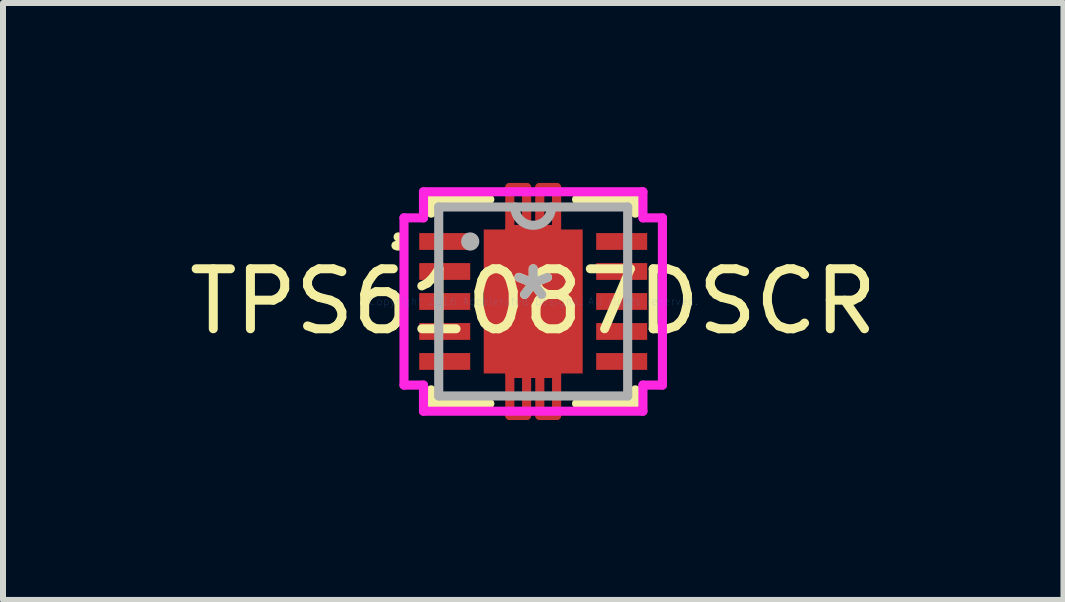
<source format=kicad_pcb>
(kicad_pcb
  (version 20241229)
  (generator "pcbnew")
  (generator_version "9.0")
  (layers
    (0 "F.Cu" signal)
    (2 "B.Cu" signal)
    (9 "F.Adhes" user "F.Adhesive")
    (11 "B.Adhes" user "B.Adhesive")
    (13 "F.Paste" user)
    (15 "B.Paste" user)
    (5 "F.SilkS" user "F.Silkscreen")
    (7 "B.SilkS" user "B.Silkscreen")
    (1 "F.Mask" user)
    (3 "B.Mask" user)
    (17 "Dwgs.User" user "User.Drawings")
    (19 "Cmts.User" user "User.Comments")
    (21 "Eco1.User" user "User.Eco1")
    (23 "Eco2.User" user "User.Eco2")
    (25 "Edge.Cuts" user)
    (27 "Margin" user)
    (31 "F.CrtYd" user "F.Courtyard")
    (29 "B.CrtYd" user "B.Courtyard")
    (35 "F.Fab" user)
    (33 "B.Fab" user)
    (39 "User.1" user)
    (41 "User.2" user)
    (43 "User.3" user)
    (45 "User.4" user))
  (footprint "TPS61087DSCR"
    (layer "F.Cu")
    (at 5.839 1.976)
    (property "Reference" "TPS61087DSCR" (at 0 0 0) (layer "F.SilkS") (effects (font (size 1 1) (thickness 0.15))))
    (attr through_hole)
    (fp_line (start -0.39 -1.9) (end -0.39 -1.2) (stroke (width 0.152) (type solid)) (layer "F.Cu"))
    (fp_line (start -0.39 -1.2) (end -0.11 -1.2) (stroke (width 0.152) (type solid)) (layer "F.Cu"))
    (fp_line (start -0.39 1.2) (end -0.11 1.2) (stroke (width 0.152) (type solid)) (layer "F.Cu"))
    (fp_line (start -0.39 1.9) (end -0.39 1.2) (stroke (width 0.152) (type solid)) (layer "F.Cu"))
    (fp_line (start -0.11 -1.9) (end -0.39 -1.9) (stroke (width 0.152) (type solid)) (layer "F.Cu"))
    (fp_line (start -0.11 -1.2) (end -0.11 -1.9) (stroke (width 0.152) (type solid)) (layer "F.Cu"))
    (fp_line (start -0.11 1.2) (end -0.11 1.9) (stroke (width 0.152) (type solid)) (layer "F.Cu"))
    (fp_line (start -0.11 1.9) (end -0.39 1.9) (stroke (width 0.152) (type solid)) (layer "F.Cu"))
    (fp_line (start 0 -1.2) (end 0 -1.2) (stroke (width 0.152) (type solid)) (layer "F.Cu"))
    (fp_line (start 0 -1.2) (end 0 -1.2) (stroke (width 0.152) (type solid)) (layer "F.Cu"))
    (fp_line (start 0 -1.2) (end 0 -1.2) (stroke (width 0.152) (type solid)) (layer "F.Cu"))
    (fp_line (start 0 -1.2) (end 0 -1.2) (stroke (width 0.152) (type solid)) (layer "F.Cu"))
    (fp_line (start 0 -1.2) (end 0 -1.2) (stroke (width 0.152) (type solid)) (layer "F.Cu"))
    (fp_line (start 0 -1.2) (end 0 -1.2) (stroke (width 0.152) (type solid)) (layer "F.Cu"))
    (fp_line (start 0 -1.2) (end 0 -1.2) (stroke (width 0.152) (type solid)) (layer "F.Cu"))
    (fp_line (start 0 -1.2) (end 0 -1.2) (stroke (width 0.152) (type solid)) (layer "F.Cu"))
    (fp_line (start 0 1.2) (end 0 1.2) (stroke (width 0.152) (type solid)) (layer "F.Cu"))
    (fp_line (start 0 1.2) (end 0 1.2) (stroke (width 0.152) (type solid)) (layer "F.Cu"))
    (fp_line (start 0 1.2) (end 0 1.2) (stroke (width 0.152) (type solid)) (layer "F.Cu"))
    (fp_line (start 0 1.2) (end 0 1.2) (stroke (width 0.152) (type solid)) (layer "F.Cu"))
    (fp_line (start 0 1.2) (end 0 1.2) (stroke (width 0.152) (type solid)) (layer "F.Cu"))
    (fp_line (start 0 1.2) (end 0 1.2) (stroke (width 0.152) (type solid)) (layer "F.Cu"))
    (fp_line (start 0 1.2) (end 0 1.2) (stroke (width 0.152) (type solid)) (layer "F.Cu"))
    (fp_line (start 0 1.2) (end 0 1.2) (stroke (width 0.152) (type solid)) (layer "F.Cu"))
    (fp_line (start 0.11 -1.9) (end 0.39 -1.9) (stroke (width 0.152) (type solid)) (layer "F.Cu"))
    (fp_line (start 0.11 -1.2) (end 0.11 -1.9) (stroke (width 0.152) (type solid)) (layer "F.Cu"))
    (fp_line (start 0.11 1.2) (end 0.11 1.9) (stroke (width 0.152) (type solid)) (layer "F.Cu"))
    (fp_line (start 0.11 1.9) (end 0.39 1.9) (stroke (width 0.152) (type solid)) (layer "F.Cu"))
    (fp_line (start 0.39 -1.9) (end 0.39 -1.2) (stroke (width 0.152) (type solid)) (layer "F.Cu"))
    (fp_line (start 0.39 -1.2) (end 0.11 -1.2) (stroke (width 0.152) (type solid)) (layer "F.Cu"))
    (fp_line (start 0.39 1.2) (end 0.11 1.2) (stroke (width 0.152) (type solid)) (layer "F.Cu"))
    (fp_line (start 0.39 1.9) (end 0.39 1.2) (stroke (width 0.152) (type solid)) (layer "F.Cu"))
    (fp_line (start -0.888 -1.264) (end -0.594 -1.264) (stroke (width 0.152) (type solid)) (layer "F.Mask"))
    (fp_line (start -0.888 -1.264) (end 0.888 -1.264) (stroke (width 0.152) (type solid)) (layer "F.Mask"))
    (fp_line (start -0.888 -0.987) (end -0.888 -1.264) (stroke (width 0.152) (type solid)) (layer "F.Mask"))
    (fp_line (start -0.888 -0.587) (end 0.888 -0.587) (stroke (width 0.152) (type solid)) (layer "F.Mask"))
    (fp_line (start -0.888 -0.2) (end -0.888 -0.587) (stroke (width 0.152) (type solid)) (layer "F.Mask"))
    (fp_line (start -0.888 0.2) (end 0.888 0.2) (stroke (width 0.152) (type solid)) (layer "F.Mask"))
    (fp_line (start -0.888 0.587) (end -0.888 0.2) (stroke (width 0.152) (type solid)) (layer "F.Mask"))
    (fp_line (start -0.888 0.987) (end 0.888 0.987) (stroke (width 0.152) (type solid)) (layer "F.Mask"))
    (fp_line (start -0.888 1.264) (end -0.888 -1.264) (stroke (width 0.152) (type solid)) (layer "F.Mask"))
    (fp_line (start -0.888 1.264) (end -0.888 0.987) (stroke (width 0.152) (type solid)) (layer "F.Mask"))
    (fp_line (start -0.594 -1.264) (end -0.594 1.264) (stroke (width 0.152) (type solid)) (layer "F.Mask"))
    (fp_line (start -0.594 1.264) (end -0.888 1.264) (stroke (width 0.152) (type solid)) (layer "F.Mask"))
    (fp_line (start -0.39 -1.9) (end -0.39 -1.2) (stroke (width 0.152) (type solid)) (layer "F.Mask"))
    (fp_line (start -0.39 -1.2) (end -0.11 -1.2) (stroke (width 0.152) (type solid)) (layer "F.Mask"))
    (fp_line (start -0.39 1.2) (end -0.11 1.2) (stroke (width 0.152) (type solid)) (layer "F.Mask"))
    (fp_line (start -0.39 1.9) (end -0.39 1.2) (stroke (width 0.152) (type solid)) (layer "F.Mask"))
    (fp_line (start -0.194 -1.264) (end -0.194 1.264) (stroke (width 0.152) (type solid)) (layer "F.Mask"))
    (fp_line (start -0.194 1.264) (end 0.194 1.264) (stroke (width 0.152) (type solid)) (layer "F.Mask"))
    (fp_line (start -0.11 -1.9) (end -0.39 -1.9) (stroke (width 0.152) (type solid)) (layer "F.Mask"))
    (fp_line (start -0.11 -1.2) (end -0.11 -1.9) (stroke (width 0.152) (type solid)) (layer "F.Mask"))
    (fp_line (start -0.11 1.2) (end -0.11 1.9) (stroke (width 0.152) (type solid)) (layer "F.Mask"))
    (fp_line (start -0.11 1.9) (end -0.39 1.9) (stroke (width 0.152) (type solid)) (layer "F.Mask"))
    (fp_line (start 0 -1.2) (end 0 -1.2) (stroke (width 0.152) (type solid)) (layer "F.Mask"))
    (fp_line (start 0 -1.2) (end 0 -1.2) (stroke (width 0.152) (type solid)) (layer "F.Mask"))
    (fp_line (start 0 -1.2) (end 0 -1.2) (stroke (width 0.152) (type solid)) (layer "F.Mask"))
    (fp_line (start 0 -1.2) (end 0 -1.2) (stroke (width 0.152) (type solid)) (layer "F.Mask"))
    (fp_line (start 0 -1.2) (end 0 -1.2) (stroke (width 0.152) (type solid)) (layer "F.Mask"))
    (fp_line (start 0 -1.2) (end 0 -1.2) (stroke (width 0.152) (type solid)) (layer "F.Mask"))
    (fp_line (start 0 -1.2) (end 0 -1.2) (stroke (width 0.152) (type solid)) (layer "F.Mask"))
    (fp_line (start 0 -1.2) (end 0 -1.2) (stroke (width 0.152) (type solid)) (layer "F.Mask"))
    (fp_line (start 0 1.2) (end 0 1.2) (stroke (width 0.152) (type solid)) (layer "F.Mask"))
    (fp_line (start 0 1.2) (end 0 1.2) (stroke (width 0.152) (type solid)) (layer "F.Mask"))
    (fp_line (start 0 1.2) (end 0 1.2) (stroke (width 0.152) (type solid)) (layer "F.Mask"))
    (fp_line (start 0 1.2) (end 0 1.2) (stroke (width 0.152) (type solid)) (layer "F.Mask"))
    (fp_line (start 0 1.2) (end 0 1.2) (stroke (width 0.152) (type solid)) (layer "F.Mask"))
    (fp_line (start 0 1.2) (end 0 1.2) (stroke (width 0.152) (type solid)) (layer "F.Mask"))
    (fp_line (start 0 1.2) (end 0 1.2) (stroke (width 0.152) (type solid)) (layer "F.Mask"))
    (fp_line (start 0 1.2) (end 0 1.2) (stroke (width 0.152) (type solid)) (layer "F.Mask"))
    (fp_line (start 0.11 -1.9) (end 0.39 -1.9) (stroke (width 0.152) (type solid)) (layer "F.Mask"))
    (fp_line (start 0.11 -1.2) (end 0.11 -1.9) (stroke (width 0.152) (type solid)) (layer "F.Mask"))
    (fp_line (start 0.11 1.2) (end 0.11 1.9) (stroke (width 0.152) (type solid)) (layer "F.Mask"))
    (fp_line (start 0.11 1.9) (end 0.39 1.9) (stroke (width 0.152) (type solid)) (layer "F.Mask"))
    (fp_line (start 0.194 -1.264) (end -0.194 -1.264) (stroke (width 0.152) (type solid)) (layer "F.Mask"))
    (fp_line (start 0.194 1.264) (end 0.194 -1.264) (stroke (width 0.152) (type solid)) (layer "F.Mask"))
    (fp_line (start 0.39 -1.9) (end 0.39 -1.2) (stroke (width 0.152) (type solid)) (layer "F.Mask"))
    (fp_line (start 0.39 -1.2) (end 0.11 -1.2) (stroke (width 0.152) (type solid)) (layer "F.Mask"))
    (fp_line (start 0.39 1.2) (end 0.11 1.2) (stroke (width 0.152) (type solid)) (layer "F.Mask"))
    (fp_line (start 0.39 1.9) (end 0.39 1.2) (stroke (width 0.152) (type solid)) (layer "F.Mask"))
    (fp_line (start 0.594 -1.264) (end 0.888 -1.264) (stroke (width 0.152) (type solid)) (layer "F.Mask"))
    (fp_line (start 0.594 1.264) (end 0.594 -1.264) (stroke (width 0.152) (type solid)) (layer "F.Mask"))
    (fp_line (start 0.888 -1.264) (end 0.888 -0.987) (stroke (width 0.152) (type solid)) (layer "F.Mask"))
    (fp_line (start 0.888 -1.264) (end 0.888 1.264) (stroke (width 0.152) (type solid)) (layer "F.Mask"))
    (fp_line (start 0.888 -0.987) (end -0.888 -0.987) (stroke (width 0.152) (type solid)) (layer "F.Mask"))
    (fp_line (start 0.888 -0.587) (end 0.888 -0.2) (stroke (width 0.152) (type solid)) (layer "F.Mask"))
    (fp_line (start 0.888 -0.2) (end -0.888 -0.2) (stroke (width 0.152) (type solid)) (layer "F.Mask"))
    (fp_line (start 0.888 0.2) (end 0.888 0.587) (stroke (width 0.152) (type solid)) (layer "F.Mask"))
    (fp_line (start 0.888 0.587) (end -0.888 0.587) (stroke (width 0.152) (type solid)) (layer "F.Mask"))
    (fp_line (start 0.888 0.987) (end 0.888 1.264) (stroke (width 0.152) (type solid)) (layer "F.Mask"))
    (fp_line (start 0.888 1.264) (end -0.888 1.264) (stroke (width 0.152) (type solid)) (layer "F.Mask"))
    (fp_line (start 0.888 1.264) (end 0.594 1.264) (stroke (width 0.152) (type solid)) (layer "F.Mask"))
    (fp_line (start -1.702 -1.702) (end -1.702 -1.473) (stroke (width 0.152) (type solid)) (layer "F.SilkS"))
    (fp_line (start -1.702 1.473) (end -1.702 1.702) (stroke (width 0.152) (type solid)) (layer "F.SilkS"))
    (fp_line (start -1.702 1.702) (end -0.723 1.702) (stroke (width 0.152) (type solid)) (layer "F.SilkS"))
    (fp_line (start -0.723 -1.702) (end -1.702 -1.702) (stroke (width 0.152) (type solid)) (layer "F.SilkS"))
    (fp_line (start 0.723 1.702) (end 1.702 1.702) (stroke (width 0.152) (type solid)) (layer "F.SilkS"))
    (fp_line (start 1.702 -1.702) (end 0.723 -1.702) (stroke (width 0.152) (type solid)) (layer "F.SilkS"))
    (fp_line (start 1.702 -1.473) (end 1.702 -1.702) (stroke (width 0.152) (type solid)) (layer "F.SilkS"))
    (fp_line (start 1.702 1.702) (end 1.702 1.473) (stroke (width 0.152) (type solid)) (layer "F.SilkS"))
    (fp_arc (start -2.2516 -1.0762) (mid -2.177771 -0.981141) (end -2.288144 -0.933135) (stroke (width 0.1524) (type solid)) (layer "F.SilkS"))
    (fp_line (start -0.75 -1.125) (end -0.75 -0.887) (stroke (width 0.152) (type solid)) (layer "F.Paste"))
    (fp_line (start -0.75 -0.887) (end -0.635 -0.887) (stroke (width 0.152) (type solid)) (layer "F.Paste"))
    (fp_line (start -0.75 -0.687) (end -0.75 -0.1) (stroke (width 0.152) (type solid)) (layer "F.Paste"))
    (fp_line (start -0.75 -0.1) (end -0.635 -0.1) (stroke (width 0.152) (type solid)) (layer "F.Paste"))
    (fp_line (start -0.75 0.1) (end -0.75 0.687) (stroke (width 0.152) (type solid)) (layer "F.Paste"))
    (fp_line (start -0.75 0.687) (end -0.635 0.687) (stroke (width 0.152) (type solid)) (layer "F.Paste"))
    (fp_line (start -0.75 0.887) (end -0.75 1.125) (stroke (width 0.152) (type solid)) (layer "F.Paste"))
    (fp_line (start -0.75 1.125) (end -0.494 1.125) (stroke (width 0.152) (type solid)) (layer "F.Paste"))
    (fp_line (start -0.635 -0.887) (end -0.635 -0.887) (stroke (width 0.152) (type solid)) (layer "F.Paste"))
    (fp_line (start -0.635 -0.887) (end -0.494 -1.029) (stroke (width 0.152) (type solid)) (layer "F.Paste"))
    (fp_line (start -0.635 -0.687) (end -0.75 -0.687) (stroke (width 0.152) (type solid)) (layer "F.Paste"))
    (fp_line (start -0.635 -0.687) (end -0.635 -0.687) (stroke (width 0.152) (type solid)) (layer "F.Paste"))
    (fp_line (start -0.635 -0.1) (end -0.635 -0.1) (stroke (width 0.152) (type solid)) (layer "F.Paste"))
    (fp_line (start -0.635 -0.1) (end -0.494 -0.241) (stroke (width 0.152) (type solid)) (layer "F.Paste"))
    (fp_line (start -0.635 0.1) (end -0.75 0.1) (stroke (width 0.152) (type solid)) (layer "F.Paste"))
    (fp_line (start -0.635 0.1) (end -0.635 0.1) (stroke (width 0.152) (type solid)) (layer "F.Paste"))
    (fp_line (start -0.635 0.687) (end -0.635 0.687) (stroke (width 0.152) (type solid)) (layer "F.Paste"))
    (fp_line (start -0.635 0.687) (end -0.494 0.546) (stroke (width 0.152) (type solid)) (layer "F.Paste"))
    (fp_line (start -0.635 0.887) (end -0.75 0.887) (stroke (width 0.152) (type solid)) (layer "F.Paste"))
    (fp_line (start -0.635 0.887) (end -0.635 0.887) (stroke (width 0.152) (type solid)) (layer "F.Paste"))
    (fp_line (start -0.494 -1.125) (end -0.75 -1.125) (stroke (width 0.152) (type solid)) (layer "F.Paste"))
    (fp_line (start -0.494 -1.029) (end -0.494 -1.125) (stroke (width 0.152) (type solid)) (layer "F.Paste"))
    (fp_line (start -0.494 -1.029) (end -0.494 -1.029) (stroke (width 0.152) (type solid)) (layer "F.Paste"))
    (fp_line (start -0.494 -0.546) (end -0.635 -0.687) (stroke (width 0.152) (type solid)) (layer "F.Paste"))
    (fp_line (start -0.494 -0.546) (end -0.494 -0.546) (stroke (width 0.152) (type solid)) (layer "F.Paste"))
    (fp_line (start -0.494 -0.241) (end -0.494 -0.546) (stroke (width 0.152) (type solid)) (layer "F.Paste"))
    (fp_line (start -0.494 -0.241) (end -0.494 -0.241) (stroke (width 0.152) (type solid)) (layer "F.Paste"))
    (fp_line (start -0.494 0.241) (end -0.635 0.1) (stroke (width 0.152) (type solid)) (layer "F.Paste"))
    (fp_line (start -0.494 0.241) (end -0.494 0.241) (stroke (width 0.152) (type solid)) (layer "F.Paste"))
    (fp_line (start -0.494 0.546) (end -0.494 0.241) (stroke (width 0.152) (type solid)) (layer "F.Paste"))
    (fp_line (start -0.494 0.546) (end -0.494 0.546) (stroke (width 0.152) (type solid)) (layer "F.Paste"))
    (fp_line (start -0.494 1.029) (end -0.635 0.887) (stroke (width 0.152) (type solid)) (layer "F.Paste"))
    (fp_line (start -0.494 1.029) (end -0.494 1.029) (stroke (width 0.152) (type solid)) (layer "F.Paste"))
    (fp_line (start -0.494 1.125) (end -0.494 1.029) (stroke (width 0.152) (type solid)) (layer "F.Paste"))
    (fp_line (start -0.339 -1.849) (end -0.339 -1.251) (stroke (width 0.152) (type solid)) (layer "F.Paste"))
    (fp_line (start -0.339 -1.251) (end -0.161 -1.251) (stroke (width 0.152) (type solid)) (layer "F.Paste"))
    (fp_line (start -0.339 1.251) (end -0.161 1.251) (stroke (width 0.152) (type solid)) (layer "F.Paste"))
    (fp_line (start -0.339 1.849) (end -0.339 1.251) (stroke (width 0.152) (type solid)) (layer "F.Paste"))
    (fp_line (start -0.294 -1.125) (end -0.294 -1.029) (stroke (width 0.152) (type solid)) (layer "F.Paste"))
    (fp_line (start -0.294 -1.029) (end -0.294 -1.029) (stroke (width 0.152) (type solid)) (layer "F.Paste"))
    (fp_line (start -0.294 -1.029) (end -0.152 -0.887) (stroke (width 0.152) (type solid)) (layer "F.Paste"))
    (fp_line (start -0.294 -0.546) (end -0.294 -0.546) (stroke (width 0.152) (type solid)) (layer "F.Paste"))
    (fp_line (start -0.294 -0.546) (end -0.294 -0.241) (stroke (width 0.152) (type solid)) (layer "F.Paste"))
    (fp_line (start -0.294 -0.241) (end -0.294 -0.241) (stroke (width 0.152) (type solid)) (layer "F.Paste"))
    (fp_line (start -0.294 -0.241) (end -0.152 -0.1) (stroke (width 0.152) (type solid)) (layer "F.Paste"))
    (fp_line (start -0.294 0.241) (end -0.294 0.241) (stroke (width 0.152) (type solid)) (layer "F.Paste"))
    (fp_line (start -0.294 0.241) (end -0.294 0.546) (stroke (width 0.152) (type solid)) (layer "F.Paste"))
    (fp_line (start -0.294 0.546) (end -0.294 0.546) (stroke (width 0.152) (type solid)) (layer "F.Paste"))
    (fp_line (start -0.294 0.546) (end -0.152 0.687) (stroke (width 0.152) (type solid)) (layer "F.Paste"))
    (fp_line (start -0.294 1.029) (end -0.294 1.029) (stroke (width 0.152) (type solid)) (layer "F.Paste"))
    (fp_line (start -0.294 1.029) (end -0.294 1.125) (stroke (width 0.152) (type solid)) (layer "F.Paste"))
    (fp_line (start -0.294 1.125) (end 0.294 1.125) (stroke (width 0.152) (type solid)) (layer "F.Paste"))
    (fp_line (start -0.161 -1.849) (end -0.339 -1.849) (stroke (width 0.152) (type solid)) (layer "F.Paste"))
    (fp_line (start -0.161 -1.251) (end -0.161 -1.849) (stroke (width 0.152) (type solid)) (layer "F.Paste"))
    (fp_line (start -0.161 1.251) (end -0.161 1.849) (stroke (width 0.152) (type solid)) (layer "F.Paste"))
    (fp_line (start -0.161 1.849) (end -0.339 1.849) (stroke (width 0.152) (type solid)) (layer "F.Paste"))
    (fp_line (start -0.152 -0.887) (end -0.152 -0.887) (stroke (width 0.152) (type solid)) (layer "F.Paste"))
    (fp_line (start -0.152 -0.887) (end 0.152 -0.887) (stroke (width 0.152) (type solid)) (layer "F.Paste"))
    (fp_line (start -0.152 -0.687) (end -0.294 -0.546) (stroke (width 0.152) (type solid)) (layer "F.Paste"))
    (fp_line (start -0.152 -0.687) (end -0.152 -0.687) (stroke (width 0.152) (type solid)) (layer "F.Paste"))
    (fp_line (start -0.152 -0.1) (end -0.152 -0.1) (stroke (width 0.152) (type solid)) (layer "F.Paste"))
    (fp_line (start -0.152 -0.1) (end 0.152 -0.1) (stroke (width 0.152) (type solid)) (layer "F.Paste"))
    (fp_line (start -0.152 0.1) (end -0.294 0.241) (stroke (width 0.152) (type solid)) (layer "F.Paste"))
    (fp_line (start -0.152 0.1) (end -0.152 0.1) (stroke (width 0.152) (type solid)) (layer "F.Paste"))
    (fp_line (start -0.152 0.687) (end -0.152 0.687) (stroke (width 0.152) (type solid)) (layer "F.Paste"))
    (fp_line (start -0.152 0.687) (end 0.152 0.687) (stroke (width 0.152) (type solid)) (layer "F.Paste"))
    (fp_line (start -0.152 0.887) (end -0.294 1.029) (stroke (width 0.152) (type solid)) (layer "F.Paste"))
    (fp_line (start -0.152 0.887) (end -0.152 0.887) (stroke (width 0.152) (type solid)) (layer "F.Paste"))
    (fp_line (start 0.152 -0.887) (end 0.152 -0.887) (stroke (width 0.152) (type solid)) (layer "F.Paste"))
    (fp_line (start 0.152 -0.887) (end 0.294 -1.029) (stroke (width 0.152) (type solid)) (layer "F.Paste"))
    (fp_line (start 0.152 -0.687) (end -0.152 -0.687) (stroke (width 0.152) (type solid)) (layer "F.Paste"))
    (fp_line (start 0.152 -0.687) (end 0.152 -0.687) (stroke (width 0.152) (type solid)) (layer "F.Paste"))
    (fp_line (start 0.152 -0.1) (end 0.152 -0.1) (stroke (width 0.152) (type solid)) (layer "F.Paste"))
    (fp_line (start 0.152 -0.1) (end 0.294 -0.241) (stroke (width 0.152) (type solid)) (layer "F.Paste"))
    (fp_line (start 0.152 0.1) (end -0.152 0.1) (stroke (width 0.152) (type solid)) (layer "F.Paste"))
    (fp_line (start 0.152 0.1) (end 0.152 0.1) (stroke (width 0.152) (type solid)) (layer "F.Paste"))
    (fp_line (start 0.152 0.687) (end 0.152 0.687) (stroke (width 0.152) (type solid)) (layer "F.Paste"))
    (fp_line (start 0.152 0.687) (end 0.294 0.546) (stroke (width 0.152) (type solid)) (layer "F.Paste"))
    (fp_line (start 0.152 0.887) (end -0.152 0.887) (stroke (width 0.152) (type solid)) (layer "F.Paste"))
    (fp_line (start 0.152 0.887) (end 0.152 0.887) (stroke (width 0.152) (type solid)) (layer "F.Paste"))
    (fp_line (start 0.161 -1.849) (end 0.339 -1.849) (stroke (width 0.152) (type solid)) (layer "F.Paste"))
    (fp_line (start 0.161 -1.251) (end 0.161 -1.849) (stroke (width 0.152) (type solid)) (layer "F.Paste"))
    (fp_line (start 0.161 1.251) (end 0.161 1.849) (stroke (width 0.152) (type solid)) (layer "F.Paste"))
    (fp_line (start 0.161 1.849) (end 0.339 1.849) (stroke (width 0.152) (type solid)) (layer "F.Paste"))
    (fp_line (start 0.294 -1.125) (end -0.294 -1.125) (stroke (width 0.152) (type solid)) (layer "F.Paste"))
    (fp_line (start 0.294 -1.029) (end 0.294 -1.125) (stroke (width 0.152) (type solid)) (layer "F.Paste"))
    (fp_line (start 0.294 -1.029) (end 0.294 -1.029) (stroke (width 0.152) (type solid)) (layer "F.Paste"))
    (fp_line (start 0.294 -0.546) (end 0.152 -0.687) (stroke (width 0.152) (type solid)) (layer "F.Paste"))
    (fp_line (start 0.294 -0.546) (end 0.294 -0.546) (stroke (width 0.152) (type solid)) (layer "F.Paste"))
    (fp_line (start 0.294 -0.241) (end 0.294 -0.546) (stroke (width 0.152) (type solid)) (layer "F.Paste"))
    (fp_line (start 0.294 -0.241) (end 0.294 -0.241) (stroke (width 0.152) (type solid)) (layer "F.Paste"))
    (fp_line (start 0.294 0.241) (end 0.152 0.1) (stroke (width 0.152) (type solid)) (layer "F.Paste"))
    (fp_line (start 0.294 0.241) (end 0.294 0.241) (stroke (width 0.152) (type solid)) (layer "F.Paste"))
    (fp_line (start 0.294 0.546) (end 0.294 0.241) (stroke (width 0.152) (type solid)) (layer "F.Paste"))
    (fp_line (start 0.294 0.546) (end 0.294 0.546) (stroke (width 0.152) (type solid)) (layer "F.Paste"))
    (fp_line (start 0.294 1.029) (end 0.152 0.887) (stroke (width 0.152) (type solid)) (layer "F.Paste"))
    (fp_line (start 0.294 1.029) (end 0.294 1.029) (stroke (width 0.152) (type solid)) (layer "F.Paste"))
    (fp_line (start 0.294 1.125) (end 0.294 1.029) (stroke (width 0.152) (type solid)) (layer "F.Paste"))
    (fp_line (start 0.339 -1.849) (end 0.339 -1.251) (stroke (width 0.152) (type solid)) (layer "F.Paste"))
    (fp_line (start 0.339 -1.251) (end 0.161 -1.251) (stroke (width 0.152) (type solid)) (layer "F.Paste"))
    (fp_line (start 0.339 1.251) (end 0.161 1.251) (stroke (width 0.152) (type solid)) (layer "F.Paste"))
    (fp_line (start 0.339 1.849) (end 0.339 1.251) (stroke (width 0.152) (type solid)) (layer "F.Paste"))
    (fp_line (start 0.494 -1.125) (end 0.494 -1.029) (stroke (width 0.152) (type solid)) (layer "F.Paste"))
    (fp_line (start 0.494 -1.029) (end 0.494 -1.029) (stroke (width 0.152) (type solid)) (layer "F.Paste"))
    (fp_line (start 0.494 -1.029) (end 0.635 -0.887) (stroke (width 0.152) (type solid)) (layer "F.Paste"))
    (fp_line (start 0.494 -0.546) (end 0.494 -0.546) (stroke (width 0.152) (type solid)) (layer "F.Paste"))
    (fp_line (start 0.494 -0.546) (end 0.494 -0.241) (stroke (width 0.152) (type solid)) (layer "F.Paste"))
    (fp_line (start 0.494 -0.241) (end 0.494 -0.241) (stroke (width 0.152) (type solid)) (layer "F.Paste"))
    (fp_line (start 0.494 -0.241) (end 0.635 -0.1) (stroke (width 0.152) (type solid)) (layer "F.Paste"))
    (fp_line (start 0.494 0.241) (end 0.494 0.241) (stroke (width 0.152) (type solid)) (layer "F.Paste"))
    (fp_line (start 0.494 0.241) (end 0.494 0.546) (stroke (width 0.152) (type solid)) (layer "F.Paste"))
    (fp_line (start 0.494 0.546) (end 0.494 0.546) (stroke (width 0.152) (type solid)) (layer "F.Paste"))
    (fp_line (start 0.494 0.546) (end 0.635 0.687) (stroke (width 0.152) (type solid)) (layer "F.Paste"))
    (fp_line (start 0.494 1.029) (end 0.494 1.029) (stroke (width 0.152) (type solid)) (layer "F.Paste"))
    (fp_line (start 0.494 1.029) (end 0.494 1.125) (stroke (width 0.152) (type solid)) (layer "F.Paste"))
    (fp_line (start 0.494 1.125) (end 0.75 1.125) (stroke (width 0.152) (type solid)) (layer "F.Paste"))
    (fp_line (start 0.635 -0.887) (end 0.635 -0.887) (stroke (width 0.152) (type solid)) (layer "F.Paste"))
    (fp_line (start 0.635 -0.887) (end 0.75 -0.887) (stroke (width 0.152) (type solid)) (layer "F.Paste"))
    (fp_line (start 0.635 -0.687) (end 0.494 -0.546) (stroke (width 0.152) (type solid)) (layer "F.Paste"))
    (fp_line (start 0.635 -0.687) (end 0.635 -0.687) (stroke (width 0.152) (type solid)) (layer "F.Paste"))
    (fp_line (start 0.635 -0.1) (end 0.635 -0.1) (stroke (width 0.152) (type solid)) (layer "F.Paste"))
    (fp_line (start 0.635 -0.1) (end 0.75 -0.1) (stroke (width 0.152) (type solid)) (layer "F.Paste"))
    (fp_line (start 0.635 0.1) (end 0.494 0.241) (stroke (width 0.152) (type solid)) (layer "F.Paste"))
    (fp_line (start 0.635 0.1) (end 0.635 0.1) (stroke (width 0.152) (type solid)) (layer "F.Paste"))
    (fp_line (start 0.635 0.687) (end 0.635 0.687) (stroke (width 0.152) (type solid)) (layer "F.Paste"))
    (fp_line (start 0.635 0.687) (end 0.75 0.687) (stroke (width 0.152) (type solid)) (layer "F.Paste"))
    (fp_line (start 0.635 0.887) (end 0.494 1.029) (stroke (width 0.152) (type solid)) (layer "F.Paste"))
    (fp_line (start 0.635 0.887) (end 0.635 0.887) (stroke (width 0.152) (type solid)) (layer "F.Paste"))
    (fp_line (start 0.75 -1.125) (end 0.494 -1.125) (stroke (width 0.152) (type solid)) (layer "F.Paste"))
    (fp_line (start 0.75 -0.887) (end 0.75 -1.125) (stroke (width 0.152) (type solid)) (layer "F.Paste"))
    (fp_line (start 0.75 -0.687) (end 0.635 -0.687) (stroke (width 0.152) (type solid)) (layer "F.Paste"))
    (fp_line (start 0.75 -0.1) (end 0.75 -0.687) (stroke (width 0.152) (type solid)) (layer "F.Paste"))
    (fp_line (start 0.75 0.1) (end 0.635 0.1) (stroke (width 0.152) (type solid)) (layer "F.Paste"))
    (fp_line (start 0.75 0.687) (end 0.75 0.1) (stroke (width 0.152) (type solid)) (layer "F.Paste"))
    (fp_line (start 0.75 0.887) (end 0.635 0.887) (stroke (width 0.152) (type solid)) (layer "F.Paste"))
    (fp_line (start 0.75 1.125) (end 0.75 0.887) (stroke (width 0.152) (type solid)) (layer "F.Paste"))
    (fp_circle (center -0.394 -0.787) (end -0.203 -0.787) (stroke (width 0.152) (type solid)) (fill no) (layer "Eco1.User"))
    (fp_circle (center -0.394 0) (end -0.203 0) (stroke (width 0.152) (type solid)) (fill no) (layer "Eco1.User"))
    (fp_circle (center -0.394 0.787) (end -0.203 0.787) (stroke (width 0.152) (type solid)) (fill no) (layer "Eco1.User"))
    (fp_circle (center 0.394 -0.787) (end 0.584 -0.787) (stroke (width 0.152) (type solid)) (fill no) (layer "Eco1.User"))
    (fp_circle (center 0.394 0) (end 0.584 0) (stroke (width 0.152) (type solid)) (fill no) (layer "Eco1.User"))
    (fp_circle (center 0.394 0.787) (end 0.584 0.787) (stroke (width 0.152) (type solid)) (fill no) (layer "Eco1.User"))
    (fp_line (start -2.154 -1.394) (end -1.829 -1.394) (stroke (width 0.152) (type solid)) (layer "F.CrtYd"))
    (fp_line (start -2.154 1.394) (end -2.154 -1.394) (stroke (width 0.152) (type solid)) (layer "F.CrtYd"))
    (fp_line (start -1.829 -1.829) (end 1.829 -1.829) (stroke (width 0.152) (type solid)) (layer "F.CrtYd"))
    (fp_line (start -1.829 -1.394) (end -1.829 -1.829) (stroke (width 0.152) (type solid)) (layer "F.CrtYd"))
    (fp_line (start -1.829 1.394) (end -2.154 1.394) (stroke (width 0.152) (type solid)) (layer "F.CrtYd"))
    (fp_line (start -1.829 1.829) (end -1.829 1.394) (stroke (width 0.152) (type solid)) (layer "F.CrtYd"))
    (fp_line (start 1.829 -1.829) (end 1.829 -1.394) (stroke (width 0.152) (type solid)) (layer "F.CrtYd"))
    (fp_line (start 1.829 -1.394) (end 2.154 -1.394) (stroke (width 0.152) (type solid)) (layer "F.CrtYd"))
    (fp_line (start 1.829 1.394) (end 1.829 1.829) (stroke (width 0.152) (type solid)) (layer "F.CrtYd"))
    (fp_line (start 1.829 1.829) (end -1.829 1.829) (stroke (width 0.152) (type solid)) (layer "F.CrtYd"))
    (fp_line (start 2.154 -1.394) (end 2.154 1.394) (stroke (width 0.152) (type solid)) (layer "F.CrtYd"))
    (fp_line (start 2.154 1.394) (end 1.829 1.394) (stroke (width 0.152) (type solid)) (layer "F.CrtYd"))
    (fp_line (start -1.575 -1.575) (end -1.575 1.575) (stroke (width 0.152) (type solid)) (layer "F.Fab"))
    (fp_line (start -1.575 1.575) (end 1.575 1.575) (stroke (width 0.152) (type solid)) (layer "F.Fab"))
    (fp_line (start 1.575 -1.575) (end -1.575 -1.575) (stroke (width 0.152) (type solid)) (layer "F.Fab"))
    (fp_line (start 1.575 1.575) (end 1.575 -1.575) (stroke (width 0.152) (type solid)) (layer "F.Fab"))
    (fp_arc (start 0.3048 -1.574999) (mid 0 -1.270199) (end -0.3048 -1.574999) (stroke (width 0.1524) (type solid)) (layer "F.Fab"))
    (fp_circle (center -1.05 -1) (end -0.974 -1) (stroke (width 0.152) (type solid)) (fill no) (layer "F.Fab"))
    (fp_text user "*" (at 0 0 0) (layer "F.SilkS") (effects (font (size 1 1) (thickness 0.15))))
    (fp_text user "Copyright 2016 Accelerated Designs. All rights reserved." (at 0 0 0) (layer "Cmts.User") (effects (font (size 0.127 0.127) (thickness 0.002))))
    (fp_text user "*" (at 0 0 0) (layer "F.Fab") (effects (font (size 1 1) (thickness 0.15))))
    (pad "1" smd rect (at -1.475 -1) (size 0.85 0.28) (layers "F.Cu" "F.Mask" "F.Paste"))
    (pad "2" smd rect (at -1.475 -0.5) (size 0.85 0.28) (layers "F.Cu" "F.Mask" "F.Paste"))
    (pad "3" smd rect (at -1.475 0) (size 0.85 0.28) (layers "F.Cu" "F.Mask" "F.Paste"))
    (pad "4" smd rect (at -1.475 0.5) (size 0.85 0.28) (layers "F.Cu" "F.Mask" "F.Paste"))
    (pad "5" smd rect (at -1.475 1) (size 0.85 0.28) (layers "F.Cu" "F.Mask" "F.Paste"))
    (pad "6" smd rect (at 1.475 1) (size 0.85 0.28) (layers "F.Cu" "F.Mask" "F.Paste"))
    (pad "7" smd rect (at 1.475 0.5) (size 0.85 0.28) (layers "F.Cu" "F.Mask" "F.Paste"))
    (pad "8" smd rect (at 1.475 0) (size 0.85 0.28) (layers "F.Cu" "F.Mask" "F.Paste"))
    (pad "9" smd rect (at 1.475 -0.5) (size 0.85 0.28) (layers "F.Cu" "F.Mask" "F.Paste"))
    (pad "10" smd rect (at 1.475 -1) (size 0.85 0.28) (layers "F.Cu" "F.Mask" "F.Paste"))
    (pad "11" smd rect (at 0 0) (size 1.65 2.4) (layers "F.Cu" "F.Mask" "F.Paste")))
  (gr_rect
    (start -3 -3)
    (end 14.679 6.952)
    (stroke (width 0.1) (type default))
    (fill no)
    (layer "Edge.Cuts")))
</source>
